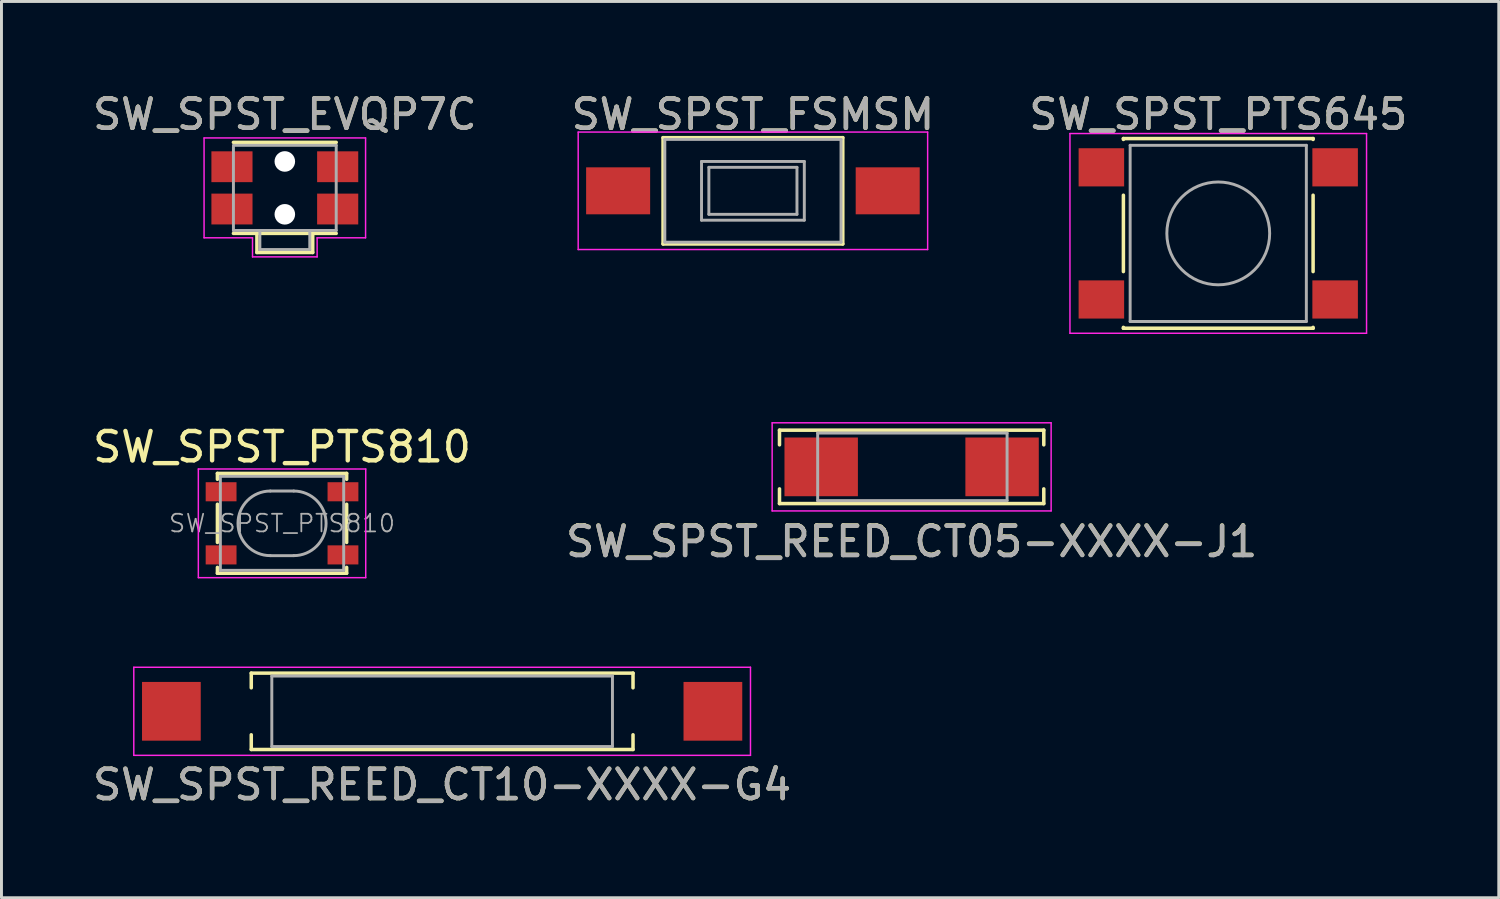
<source format=kicad_pcb>
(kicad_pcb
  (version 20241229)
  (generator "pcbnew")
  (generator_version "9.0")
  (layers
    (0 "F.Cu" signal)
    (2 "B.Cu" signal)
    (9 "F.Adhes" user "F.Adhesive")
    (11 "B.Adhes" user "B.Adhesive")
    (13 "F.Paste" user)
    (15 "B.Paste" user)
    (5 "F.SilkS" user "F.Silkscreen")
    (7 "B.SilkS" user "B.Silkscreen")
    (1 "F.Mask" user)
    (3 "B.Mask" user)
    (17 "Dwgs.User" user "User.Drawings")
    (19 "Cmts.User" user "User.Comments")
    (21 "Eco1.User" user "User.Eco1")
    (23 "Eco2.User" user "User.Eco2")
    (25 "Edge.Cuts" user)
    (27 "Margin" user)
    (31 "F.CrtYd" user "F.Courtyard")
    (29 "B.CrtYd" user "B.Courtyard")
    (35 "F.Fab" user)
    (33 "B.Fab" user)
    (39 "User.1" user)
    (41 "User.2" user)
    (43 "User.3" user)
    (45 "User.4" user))
  (footprint "SW_SPST_REED_CT10-XXXX-G4"
    (layer "F.Cu")
    (at 12.006 21.172)
    (property "Reference" "SW_SPST_REED_CT10-XXXX-G4" (at 0 2.5 0) (layer "F.SilkS") (effects (font (size 1 1) (thickness 0.15))))
    (attr smd)
    (fp_line (start -6.5 -1.3) (end -6.5 -0.8) (stroke (width 0.12) (type solid)) (layer "F.SilkS"))
    (fp_line (start -6.5 0.8) (end -6.5 1.3) (stroke (width 0.12) (type solid)) (layer "F.SilkS"))
    (fp_line (start -6.5 1.3) (end 6.5 1.3) (stroke (width 0.12) (type solid)) (layer "F.SilkS"))
    (fp_line (start 6.5 -1.3) (end -6.5 -1.3) (stroke (width 0.12) (type solid)) (layer "F.SilkS"))
    (fp_line (start 6.5 -0.8) (end 6.5 -1.3) (stroke (width 0.12) (type solid)) (layer "F.SilkS"))
    (fp_line (start 6.5 1.3) (end 6.5 0.8) (stroke (width 0.12) (type solid)) (layer "F.SilkS"))
    (fp_line (start -10.5 1.5) (end -10.5 -1.5) (stroke (width 0.05) (type solid)) (layer "F.CrtYd"))
    (fp_line (start -10.5 1.5) (end 10.5 1.5) (stroke (width 0.05) (type solid)) (layer "F.CrtYd"))
    (fp_line (start 10.5 -1.5) (end -10.5 -1.5) (stroke (width 0.05) (type solid)) (layer "F.CrtYd"))
    (fp_line (start 10.5 -1.5) (end 10.5 1.5) (stroke (width 0.05) (type solid)) (layer "F.CrtYd"))
    (fp_line (start -5.8 -1.2) (end 5.8 -1.2) (stroke (width 0.1) (type solid)) (layer "F.Fab"))
    (fp_line (start -5.8 1.2) (end -5.8 -1.2) (stroke (width 0.1) (type solid)) (layer "F.Fab"))
    (fp_line (start 5.8 -1.2) (end 5.8 1.2) (stroke (width 0.1) (type solid)) (layer "F.Fab"))
    (fp_line (start 5.8 1.2) (end -5.8 1.2) (stroke (width 0.1) (type solid)) (layer "F.Fab"))
    (fp_text user "${REFERENCE}" (at 0 2.5 0) (layer "F.Fab") (effects (font (size 1 1) (thickness 0.15))))
    (pad "1" smd rect (at -9.22 0) (size 2 2) (layers "F.Cu" "F.Mask" "F.Paste"))
    (pad "2" smd rect (at 9.22 0) (size 2 2) (layers "F.Cu" "F.Mask" "F.Paste")))
  (footprint "SW_SPST_PTS810"
    (layer "F.Cu")
    (at 6.554 14.771)
    (property "Reference" "SW_SPST_PTS810" (at 0 -2.6 0) (layer "F.SilkS") (effects (font (size 1 1) (thickness 0.15))))
    (attr smd)
    (fp_line (start -2.2 -1.7) (end -2.2 -1.5) (stroke (width 0.12) (type solid)) (layer "F.SilkS"))
    (fp_line (start -2.2 -0.65) (end -2.2 0.65) (stroke (width 0.12) (type solid)) (layer "F.SilkS"))
    (fp_line (start -2.2 1.5) (end -2.2 1.7) (stroke (width 0.12) (type solid)) (layer "F.SilkS"))
    (fp_line (start -2.2 1.7) (end 2.2 1.7) (stroke (width 0.12) (type solid)) (layer "F.SilkS"))
    (fp_line (start 2.2 -1.7) (end -2.2 -1.7) (stroke (width 0.12) (type solid)) (layer "F.SilkS"))
    (fp_line (start 2.2 -1.5) (end 2.2 -1.7) (stroke (width 0.12) (type solid)) (layer "F.SilkS"))
    (fp_line (start 2.2 0.65) (end 2.2 -0.65) (stroke (width 0.12) (type solid)) (layer "F.SilkS"))
    (fp_line (start 2.2 1.7) (end 2.2 1.5) (stroke (width 0.12) (type solid)) (layer "F.SilkS"))
    (fp_line (start -2.85 -1.85) (end 2.85 -1.85) (stroke (width 0.05) (type solid)) (layer "F.CrtYd"))
    (fp_line (start -2.85 1.85) (end -2.85 -1.85) (stroke (width 0.05) (type solid)) (layer "F.CrtYd"))
    (fp_line (start 2.85 -1.85) (end 2.85 1.85) (stroke (width 0.05) (type solid)) (layer "F.CrtYd"))
    (fp_line (start 2.85 1.85) (end -2.85 1.85) (stroke (width 0.05) (type solid)) (layer "F.CrtYd"))
    (fp_line (start -2.1 -1.6) (end -2.1 1.6) (stroke (width 0.1) (type solid)) (layer "F.Fab"))
    (fp_line (start -2.1 1.6) (end 2.1 1.6) (stroke (width 0.1) (type solid)) (layer "F.Fab"))
    (fp_line (start -0.4 -1.1) (end 0.4 -1.1) (stroke (width 0.1) (type solid)) (layer "F.Fab"))
    (fp_line (start 0.4 1.1) (end -0.4 1.1) (stroke (width 0.1) (type solid)) (layer "F.Fab"))
    (fp_line (start 2.1 -1.6) (end -2.1 -1.6) (stroke (width 0.1) (type solid)) (layer "F.Fab"))
    (fp_line (start 2.1 1.6) (end 2.1 -1.6) (stroke (width 0.1) (type solid)) (layer "F.Fab"))
    (fp_arc (start -0.4 1.1) (mid -1.5 0) (end -0.4 -1.1) (stroke (width 0.1) (type solid)) (layer "F.Fab"))
    (fp_arc (start 0.4 -1.1) (mid 1.5 0) (end 0.4 1.1) (stroke (width 0.1) (type solid)) (layer "F.Fab"))
    (fp_text user "${REFERENCE}" (at 0 0 0) (layer "F.Fab") (effects (font (size 0.6 0.6) (thickness 0.06))))
    (pad "1" smd rect (at -2.075 -1.075) (size 1.05 0.65) (layers "F.Cu" "F.Mask" "F.Paste"))
    (pad "1" smd rect (at 2.075 -1.075) (size 1.05 0.65) (layers "F.Cu" "F.Mask" "F.Paste"))
    (pad "2" smd rect (at -2.075 1.075) (size 1.05 0.65) (layers "F.Cu" "F.Mask" "F.Paste"))
    (pad "2" smd rect (at 2.075 1.075) (size 1.05 0.65) (layers "F.Cu" "F.Mask" "F.Paste")))
  (footprint "SW_SPST_EVQP7C"
    (layer "F.Cu")
    (at 6.649 3.348)
    (property "Reference" "SW_SPST_EVQP7C" (at 0 -2.5 0) (layer "F.SilkS") (effects (font (size 1 1) (thickness 0.15))))
    (attr smd)
    (fp_line (start -1.75 -1.55) (end 1.75 -1.55) (stroke (width 0.12) (type solid)) (layer "F.SilkS"))
    (fp_line (start -0.95 2.2) (end -0.95 1.55) (stroke (width 0.12) (type solid)) (layer "F.SilkS"))
    (fp_line (start 0.95 1.55) (end 0.95 2.2) (stroke (width 0.12) (type solid)) (layer "F.SilkS"))
    (fp_line (start 0.95 2.2) (end -0.95 2.2) (stroke (width 0.12) (type solid)) (layer "F.SilkS"))
    (fp_line (start 1.75 1.55) (end -1.75 1.55) (stroke (width 0.12) (type solid)) (layer "F.SilkS"))
    (fp_line (start -2.75 -1.7) (end 2.75 -1.7) (stroke (width 0.05) (type solid)) (layer "F.CrtYd"))
    (fp_line (start -2.75 1.7) (end -2.75 -1.7) (stroke (width 0.05) (type solid)) (layer "F.CrtYd"))
    (fp_line (start -1.1 1.7) (end -2.75 1.7) (stroke (width 0.05) (type solid)) (layer "F.CrtYd"))
    (fp_line (start -1.1 2.35) (end -1.1 1.7) (stroke (width 0.05) (type solid)) (layer "F.CrtYd"))
    (fp_line (start 1.1 1.7) (end 1.1 2.35) (stroke (width 0.05) (type solid)) (layer "F.CrtYd"))
    (fp_line (start 1.1 2.35) (end -1.1 2.35) (stroke (width 0.05) (type solid)) (layer "F.CrtYd"))
    (fp_line (start 2.75 -1.7) (end 2.75 1.7) (stroke (width 0.05) (type solid)) (layer "F.CrtYd"))
    (fp_line (start 2.75 1.7) (end 1.1 1.7) (stroke (width 0.05) (type solid)) (layer "F.CrtYd"))
    (fp_line (start -1.75 -1.45) (end 1.75 -1.45) (stroke (width 0.1) (type solid)) (layer "F.Fab"))
    (fp_line (start -1.75 1.45) (end -1.75 -1.4) (stroke (width 0.1) (type solid)) (layer "F.Fab"))
    (fp_line (start -0.85 2.1) (end -0.85 1.45) (stroke (width 0.1) (type solid)) (layer "F.Fab"))
    (fp_line (start -0.85 2.1) (end 0.85 2.1) (stroke (width 0.1) (type solid)) (layer "F.Fab"))
    (fp_line (start 0.85 2.1) (end 0.85 1.45) (stroke (width 0.1) (type solid)) (layer "F.Fab"))
    (fp_line (start 1.75 -1.45) (end 1.75 1.45) (stroke (width 0.1) (type solid)) (layer "F.Fab"))
    (fp_line (start 1.75 1.45) (end -1.75 1.45) (stroke (width 0.1) (type solid)) (layer "F.Fab"))
    (fp_text user "${REFERENCE}" (at 0 -2.5 0) (layer "F.Fab") (effects (font (size 1 1) (thickness 0.15))))
    (pad "" np_thru_hole circle (at 0 -0.9) (size 0.7 0.7) (drill 0.7) (layers "*.Cu" "*.Mask"))
    (pad "" np_thru_hole circle (at 0 0.9) (size 0.7 0.7) (drill 0.7) (layers "*.Cu" "*.Mask"))
    (pad "1" smd rect (at -1.8 -0.72) (size 1.4 1.05) (layers "F.Cu" "F.Mask" "F.Paste"))
    (pad "1" smd rect (at 1.8 -0.72) (size 1.4 1.05) (layers "F.Cu" "F.Mask" "F.Paste"))
    (pad "2" smd rect (at -1.8 0.72) (size 1.4 1.05) (layers "F.Cu" "F.Mask" "F.Paste"))
    (pad "2" smd rect (at 1.8 0.72) (size 1.4 1.05) (layers "F.Cu" "F.Mask" "F.Paste")))
  (footprint "SW_SPST_PTS645"
    (layer "F.Cu")
    (at 38.435 4.898)
    (property "Reference" "SW_SPST_PTS645" (at 0 -4.05 0) (layer "F.SilkS") (effects (font (size 1 1) (thickness 0.15))))
    (attr smd)
    (fp_line (start -3.23 -3.23) (end 3.23 -3.23) (stroke (width 0.12) (type solid)) (layer "F.SilkS"))
    (fp_line (start -3.23 -3.2) (end -3.23 -3.23) (stroke (width 0.12) (type solid)) (layer "F.SilkS"))
    (fp_line (start -3.23 -1.3) (end -3.23 1.3) (stroke (width 0.12) (type solid)) (layer "F.SilkS"))
    (fp_line (start -3.23 3.23) (end -3.23 3.2) (stroke (width 0.12) (type solid)) (layer "F.SilkS"))
    (fp_line (start -3.23 3.23) (end 3.23 3.23) (stroke (width 0.12) (type solid)) (layer "F.SilkS"))
    (fp_line (start 3.23 -3.23) (end 3.23 -3.2) (stroke (width 0.12) (type solid)) (layer "F.SilkS"))
    (fp_line (start 3.23 -1.3) (end 3.23 1.3) (stroke (width 0.12) (type solid)) (layer "F.SilkS"))
    (fp_line (start 3.23 3.23) (end 3.23 3.2) (stroke (width 0.12) (type solid)) (layer "F.SilkS"))
    (fp_line (start -5.05 -3.4) (end -5.05 3.4) (stroke (width 0.05) (type solid)) (layer "F.CrtYd"))
    (fp_line (start -5.05 -3.4) (end 5.05 -3.4) (stroke (width 0.05) (type solid)) (layer "F.CrtYd"))
    (fp_line (start -5.05 3.4) (end 5.05 3.4) (stroke (width 0.05) (type solid)) (layer "F.CrtYd"))
    (fp_line (start 5.05 3.4) (end 5.05 -3.4) (stroke (width 0.05) (type solid)) (layer "F.CrtYd"))
    (fp_line (start -3 -3) (end -3 3) (stroke (width 0.1) (type solid)) (layer "F.Fab"))
    (fp_line (start -3 3) (end 3 3) (stroke (width 0.1) (type solid)) (layer "F.Fab"))
    (fp_line (start 3 -3) (end -3 -3) (stroke (width 0.1) (type solid)) (layer "F.Fab"))
    (fp_line (start 3 3) (end 3 -3) (stroke (width 0.1) (type solid)) (layer "F.Fab"))
    (fp_circle (center 0 0) (end 1.75 -0.05) (stroke (width 0.1) (type solid)) (fill no) (layer "F.Fab"))
    (fp_text user "${REFERENCE}" (at 0 -4.05 0) (layer "F.Fab") (effects (font (size 1 1) (thickness 0.15))))
    (pad "1" smd rect (at -3.98 -2.25) (size 1.55 1.3) (layers "F.Cu" "F.Mask" "F.Paste"))
    (pad "1" smd rect (at 3.98 -2.25) (size 1.55 1.3) (layers "F.Cu" "F.Mask" "F.Paste"))
    (pad "2" smd rect (at -3.98 2.25) (size 1.55 1.3) (layers "F.Cu" "F.Mask" "F.Paste"))
    (pad "2" smd rect (at 3.98 2.25) (size 1.55 1.3) (layers "F.Cu" "F.Mask" "F.Paste")))
  (footprint "SW_SPST_FSMSM"
    (layer "F.Cu")
    (at 22.589 3.448)
    (property "Reference" "SW_SPST_FSMSM" (at 0 -2.6 0) (layer "F.SilkS") (effects (font (size 1 1) (thickness 0.15))))
    (attr smd)
    (fp_line (start -3.06 -1.81) (end 3.06 -1.81) (stroke (width 0.12) (type solid)) (layer "F.SilkS"))
    (fp_line (start -3.06 1.81) (end -3.06 -1.81) (stroke (width 0.12) (type solid)) (layer "F.SilkS"))
    (fp_line (start 3.06 -1.81) (end 3.06 1.81) (stroke (width 0.12) (type solid)) (layer "F.SilkS"))
    (fp_line (start 3.06 1.81) (end -3.06 1.81) (stroke (width 0.12) (type solid)) (layer "F.SilkS"))
    (fp_line (start -5.95 -2) (end -5.95 2) (stroke (width 0.05) (type solid)) (layer "F.CrtYd"))
    (fp_line (start -5.95 -2) (end 5.95 -2) (stroke (width 0.05) (type solid)) (layer "F.CrtYd"))
    (fp_line (start -5.95 2) (end 5.95 2) (stroke (width 0.05) (type solid)) (layer "F.CrtYd"))
    (fp_line (start 5.95 -2) (end 5.95 2) (stroke (width 0.05) (type solid)) (layer "F.CrtYd"))
    (fp_line (start -3 -1.75) (end -3 1.75) (stroke (width 0.1) (type solid)) (layer "F.Fab"))
    (fp_line (start -3 -1.75) (end 3 -1.75) (stroke (width 0.1) (type solid)) (layer "F.Fab"))
    (fp_line (start -3 1.75) (end 3 1.75) (stroke (width 0.1) (type solid)) (layer "F.Fab"))
    (fp_line (start -1.75 -1) (end 1.75 -1) (stroke (width 0.1) (type solid)) (layer "F.Fab"))
    (fp_line (start -1.75 1) (end -1.75 -1) (stroke (width 0.1) (type solid)) (layer "F.Fab"))
    (fp_line (start -1.5 -0.8) (end -1.5 0.8) (stroke (width 0.1) (type solid)) (layer "F.Fab"))
    (fp_line (start -1.5 -0.8) (end 1.5 -0.8) (stroke (width 0.1) (type solid)) (layer "F.Fab"))
    (fp_line (start -1.5 0.8) (end 1.5 0.8) (stroke (width 0.1) (type solid)) (layer "F.Fab"))
    (fp_line (start 1.5 -0.8) (end 1.5 0.8) (stroke (width 0.1) (type solid)) (layer "F.Fab"))
    (fp_line (start 1.75 -1) (end 1.75 1) (stroke (width 0.1) (type solid)) (layer "F.Fab"))
    (fp_line (start 1.75 1) (end -1.75 1) (stroke (width 0.1) (type solid)) (layer "F.Fab"))
    (fp_line (start 3 -1.75) (end 3 1.75) (stroke (width 0.1) (type solid)) (layer "F.Fab"))
    (fp_text user "${REFERENCE}" (at 0 -2.6 0) (layer "F.Fab") (effects (font (size 1 1) (thickness 0.15))))
    (pad "1" smd rect (at -4.59 0) (size 2.18 1.6) (layers "F.Cu" "F.Mask" "F.Paste"))
    (pad "2" smd rect (at 4.59 0) (size 2.18 1.6) (layers "F.Cu" "F.Mask" "F.Paste")))
  (footprint "SW_SPST_REED_CT05-XXXX-J1"
    (layer "F.Cu")
    (at 27.994 12.848)
    (property "Reference" "SW_SPST_REED_CT05-XXXX-J1" (at 0 2.54 0) (layer "F.SilkS") (effects (font (size 1 1) (thickness 0.15))))
    (attr smd)
    (fp_line (start -4.5 -1.25) (end -4.5 -0.75) (stroke (width 0.12) (type solid)) (layer "F.SilkS"))
    (fp_line (start -4.5 0.75) (end -4.5 1.25) (stroke (width 0.12) (type solid)) (layer "F.SilkS"))
    (fp_line (start -4.5 1.25) (end 4.5 1.25) (stroke (width 0.12) (type solid)) (layer "F.SilkS"))
    (fp_line (start 4.5 -1.25) (end -4.5 -1.25) (stroke (width 0.12) (type solid)) (layer "F.SilkS"))
    (fp_line (start 4.5 -0.75) (end 4.5 -1.25) (stroke (width 0.12) (type solid)) (layer "F.SilkS"))
    (fp_line (start 4.5 1.25) (end 4.5 0.75) (stroke (width 0.12) (type solid)) (layer "F.SilkS"))
    (fp_line (start -4.75 -1.5) (end -4.75 1.5) (stroke (width 0.05) (type solid)) (layer "F.CrtYd"))
    (fp_line (start -4.75 1.5) (end 4.75 1.5) (stroke (width 0.05) (type solid)) (layer "F.CrtYd"))
    (fp_line (start 4.75 -1.5) (end -4.75 -1.5) (stroke (width 0.05) (type solid)) (layer "F.CrtYd"))
    (fp_line (start 4.75 1.5) (end 4.75 -1.5) (stroke (width 0.05) (type solid)) (layer "F.CrtYd"))
    (fp_line (start -3.2 -1.15) (end 3.25 -1.15) (stroke (width 0.1) (type solid)) (layer "F.Fab"))
    (fp_line (start -3.2 1.15) (end -3.2 -1.15) (stroke (width 0.1) (type solid)) (layer "F.Fab"))
    (fp_line (start 3.25 -1.15) (end 3.25 1.15) (stroke (width 0.1) (type solid)) (layer "F.Fab"))
    (fp_line (start 3.25 1.15) (end -3.2 1.15) (stroke (width 0.1) (type solid)) (layer "F.Fab"))
    (fp_text user "${REFERENCE}" (at 0 2.55 0) (layer "F.Fab") (effects (font (size 1 1) (thickness 0.15))))
    (pad "1" smd rect (at -3.08 0) (size 2.5 2) (layers "F.Cu" "F.Mask" "F.Paste"))
    (pad "2" smd rect (at 3.08 0) (size 2.5 2) (layers "F.Cu" "F.Mask" "F.Paste")))
  (gr_rect
    (start -3 -3)
    (end 47.988 27.52)
    (stroke (width 0.1) (type default))
    (fill no)
    (layer "Edge.Cuts")))
</source>
